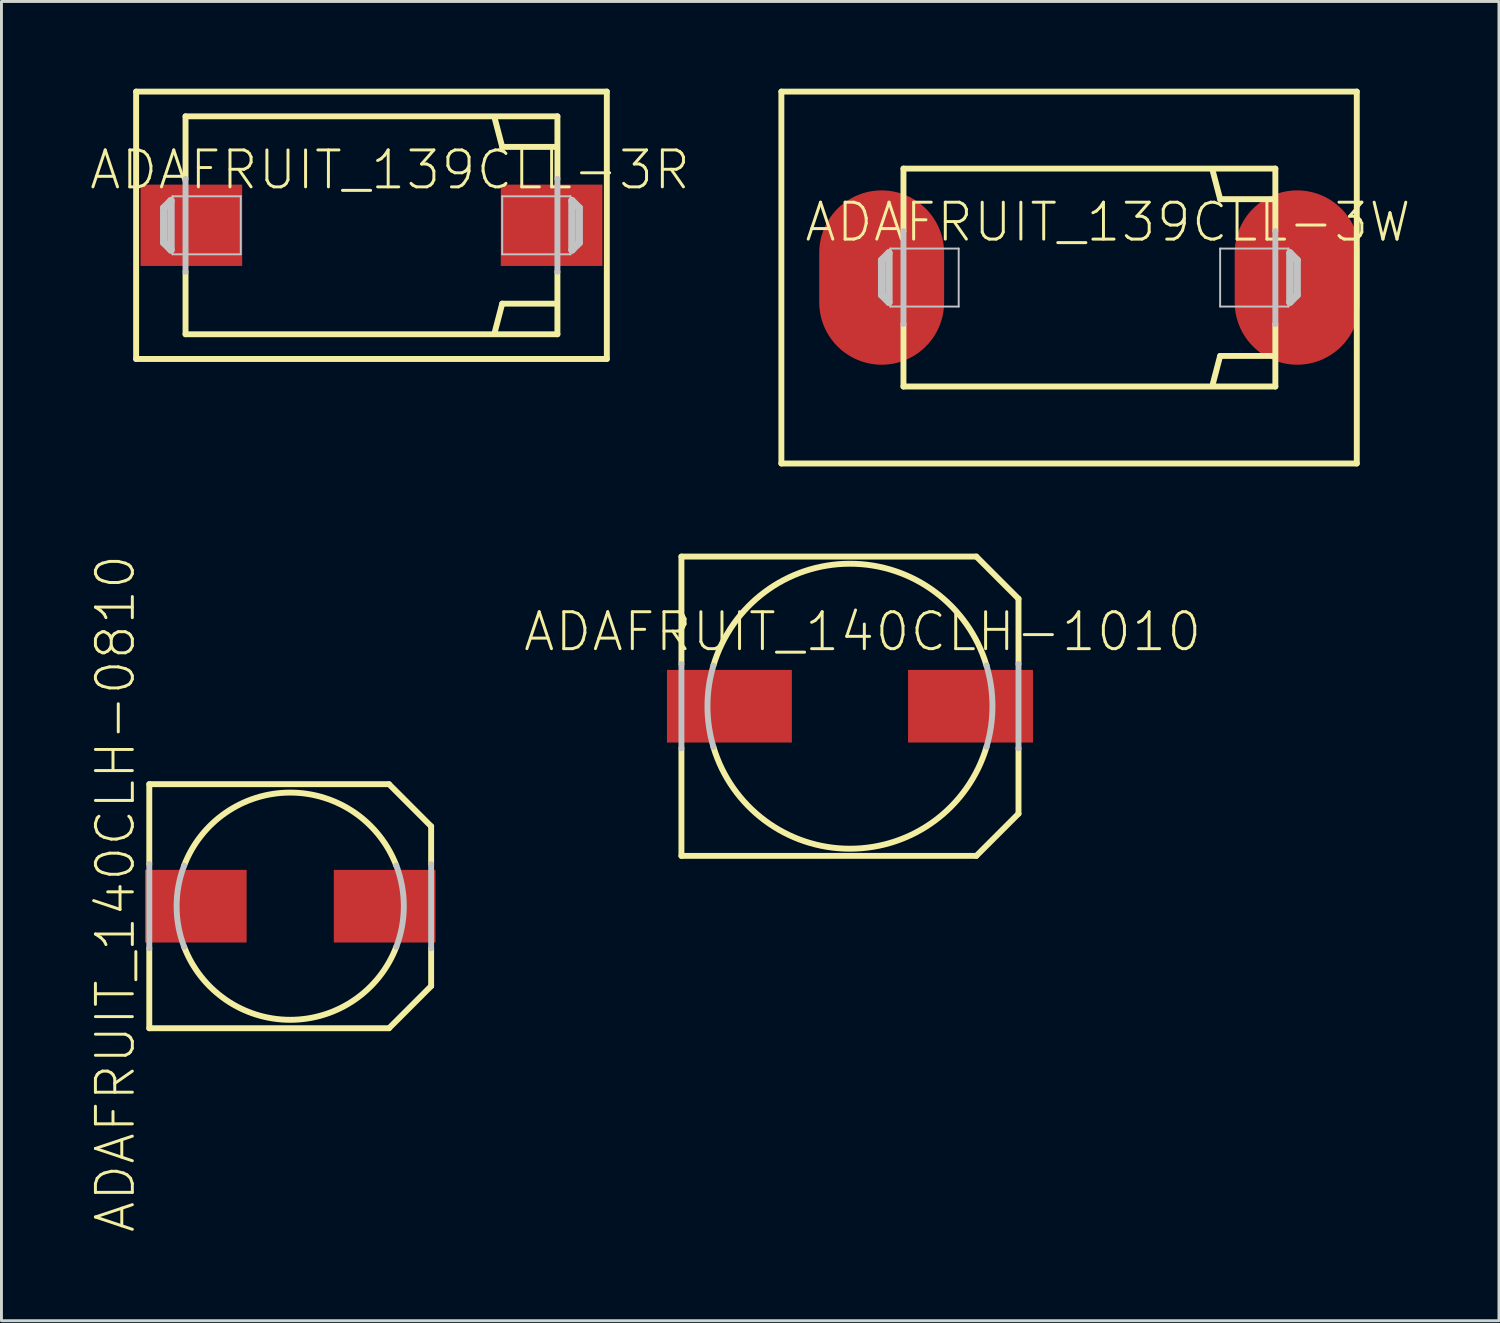
<source format=kicad_pcb>
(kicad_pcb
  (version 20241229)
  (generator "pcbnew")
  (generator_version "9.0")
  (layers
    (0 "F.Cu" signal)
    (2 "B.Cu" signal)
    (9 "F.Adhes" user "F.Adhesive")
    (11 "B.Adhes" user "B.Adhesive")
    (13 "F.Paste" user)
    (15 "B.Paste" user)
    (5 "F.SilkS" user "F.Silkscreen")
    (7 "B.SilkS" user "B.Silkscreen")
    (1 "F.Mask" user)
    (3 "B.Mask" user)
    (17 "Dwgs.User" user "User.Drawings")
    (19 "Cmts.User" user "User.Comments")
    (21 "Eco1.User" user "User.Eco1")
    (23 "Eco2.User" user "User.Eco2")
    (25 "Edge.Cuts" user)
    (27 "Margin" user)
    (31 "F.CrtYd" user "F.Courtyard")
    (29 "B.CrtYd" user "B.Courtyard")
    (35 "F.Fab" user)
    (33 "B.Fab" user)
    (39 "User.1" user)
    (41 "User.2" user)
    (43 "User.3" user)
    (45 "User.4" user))
  (footprint "ADAFRUIT_139CLL-3W"
    (layer "F.Cu")
    (at 34.435 6.5)
    (property "Reference" "ADAFRUIT_139CLL-3W" (at 0.635 -1.905 0) (layer "F.SilkS") (effects (font (size 1.27 1.27) (thickness 0.102))))
    (attr smd)
    (fp_line (start -10.599 -6.398) (end -10.599 6.398) (stroke (width 0.203) (type solid)) (layer "F.SilkS"))
    (fp_line (start -10.599 6.398) (end 9.2 6.398) (stroke (width 0.203) (type solid)) (layer "F.SilkS"))
    (fp_line (start -6.398 -3.749) (end 6.398 -3.749) (stroke (width 0.203) (type solid)) (layer "F.SilkS"))
    (fp_line (start -6.398 -1.598) (end -6.398 -3.749) (stroke (width 0.203) (type solid)) (layer "F.SilkS"))
    (fp_line (start -6.398 3.749) (end -6.398 1.598) (stroke (width 0.203) (type solid)) (layer "F.SilkS"))
    (fp_line (start 4.498 -2.697) (end 4.249 -3.65) (stroke (width 0.203) (type solid)) (layer "F.SilkS"))
    (fp_line (start 4.498 2.697) (end 4.249 3.65) (stroke (width 0.203) (type solid)) (layer "F.SilkS"))
    (fp_line (start 6.35 -2.697) (end 4.498 -2.697) (stroke (width 0.203) (type solid)) (layer "F.SilkS"))
    (fp_line (start 6.35 2.697) (end 4.498 2.697) (stroke (width 0.203) (type solid)) (layer "F.SilkS"))
    (fp_line (start 6.398 -3.749) (end 6.398 -1.598) (stroke (width 0.203) (type solid)) (layer "F.SilkS"))
    (fp_line (start 6.398 1.598) (end 6.398 3.749) (stroke (width 0.203) (type solid)) (layer "F.SilkS"))
    (fp_line (start 6.398 3.749) (end -6.398 3.749) (stroke (width 0.203) (type solid)) (layer "F.SilkS"))
    (fp_line (start 9.2 -6.398) (end -10.599 -6.398) (stroke (width 0.203) (type solid)) (layer "F.SilkS"))
    (fp_line (start 9.2 6.398) (end 9.2 -6.398) (stroke (width 0.203) (type solid)) (layer "F.SilkS"))
    (fp_line (start -7.148 -0.599) (end -6.899 -0.848) (stroke (width 0.254) (type solid)) (layer "Dwgs.User"))
    (fp_line (start -7.148 0.599) (end -7.148 -0.599) (stroke (width 0.254) (type solid)) (layer "Dwgs.User"))
    (fp_line (start -6.899 -0.848) (end -6.899 0.848) (stroke (width 0.254) (type solid)) (layer "Dwgs.User"))
    (fp_line (start -6.899 0.848) (end -7.148 0.599) (stroke (width 0.254) (type solid)) (layer "Dwgs.User"))
    (fp_line (start -6.848 -0.998) (end -4.498 -0.998) (stroke (width 0.066) (type solid)) (layer "Dwgs.User"))
    (fp_line (start -6.848 0.998) (end -6.848 -0.998) (stroke (width 0.066) (type solid)) (layer "Dwgs.User"))
    (fp_line (start -6.848 0.998) (end -4.498 0.998) (stroke (width 0.066) (type solid)) (layer "Dwgs.User"))
    (fp_line (start -6.398 1.598) (end -6.398 -1.598) (stroke (width 0.203) (type solid)) (layer "Dwgs.User"))
    (fp_line (start -4.498 0.998) (end -4.498 -0.998) (stroke (width 0.066) (type solid)) (layer "Dwgs.User"))
    (fp_line (start 4.498 -0.998) (end 6.848 -0.998) (stroke (width 0.066) (type solid)) (layer "Dwgs.User"))
    (fp_line (start 4.498 0.998) (end 4.498 -0.998) (stroke (width 0.066) (type solid)) (layer "Dwgs.User"))
    (fp_line (start 4.498 0.998) (end 6.848 0.998) (stroke (width 0.066) (type solid)) (layer "Dwgs.User"))
    (fp_line (start 6.398 -1.598) (end 6.398 1.598) (stroke (width 0.203) (type solid)) (layer "Dwgs.User"))
    (fp_line (start 6.848 0.998) (end 6.848 -0.998) (stroke (width 0.066) (type solid)) (layer "Dwgs.User"))
    (fp_line (start 6.899 -0.848) (end 7.148 -0.599) (stroke (width 0.254) (type solid)) (layer "Dwgs.User"))
    (fp_line (start 6.899 0.848) (end 6.899 -0.848) (stroke (width 0.254) (type solid)) (layer "Dwgs.User"))
    (fp_line (start 7.148 -0.599) (end 7.148 0.599) (stroke (width 0.254) (type solid)) (layer "Dwgs.User"))
    (fp_line (start 7.148 0.599) (end 6.899 0.848) (stroke (width 0.254) (type solid)) (layer "Dwgs.User"))
    (pad "+" smd oval (at 7.148 0) (size 4.298 5.999) (layers "F.Cu" "F.Mask" "F.Paste"))
    (pad "-" smd oval (at -7.148 0) (size 4.298 5.999) (layers "F.Cu" "F.Mask" "F.Paste")))
  (footprint "ADAFRUIT_139CLL-3R"
    (layer "F.Cu")
    (at 9.732 4.702)
    (property "Reference" "ADAFRUIT_139CLL-3R" (at 0.635 -1.905 0) (layer "F.SilkS") (effects (font (size 1.27 1.27) (thickness 0.102))))
    (attr smd)
    (fp_line (start -8.098 -4.6) (end -8.098 4.6) (stroke (width 0.203) (type solid)) (layer "F.SilkS"))
    (fp_line (start -8.098 4.6) (end 8.098 4.6) (stroke (width 0.203) (type solid)) (layer "F.SilkS"))
    (fp_line (start -6.398 -3.749) (end 6.398 -3.749) (stroke (width 0.203) (type solid)) (layer "F.SilkS"))
    (fp_line (start -6.398 -1.598) (end -6.398 -3.749) (stroke (width 0.203) (type solid)) (layer "F.SilkS"))
    (fp_line (start -6.398 3.749) (end -6.398 1.598) (stroke (width 0.203) (type solid)) (layer "F.SilkS"))
    (fp_line (start 4.498 -2.697) (end 4.249 -3.65) (stroke (width 0.203) (type solid)) (layer "F.SilkS"))
    (fp_line (start 4.498 2.697) (end 4.249 3.65) (stroke (width 0.203) (type solid)) (layer "F.SilkS"))
    (fp_line (start 6.35 -2.697) (end 4.498 -2.697) (stroke (width 0.203) (type solid)) (layer "F.SilkS"))
    (fp_line (start 6.35 2.697) (end 4.498 2.697) (stroke (width 0.203) (type solid)) (layer "F.SilkS"))
    (fp_line (start 6.398 -3.749) (end 6.398 -1.598) (stroke (width 0.203) (type solid)) (layer "F.SilkS"))
    (fp_line (start 6.398 1.598) (end 6.398 3.749) (stroke (width 0.203) (type solid)) (layer "F.SilkS"))
    (fp_line (start 6.398 3.749) (end -6.398 3.749) (stroke (width 0.203) (type solid)) (layer "F.SilkS"))
    (fp_line (start 8.098 -4.6) (end -8.098 -4.6) (stroke (width 0.203) (type solid)) (layer "F.SilkS"))
    (fp_line (start 8.098 4.6) (end 8.098 -4.6) (stroke (width 0.203) (type solid)) (layer "F.SilkS"))
    (fp_line (start -7.148 -0.599) (end -6.899 -0.848) (stroke (width 0.254) (type solid)) (layer "Dwgs.User"))
    (fp_line (start -7.148 0.599) (end -7.148 -0.599) (stroke (width 0.254) (type solid)) (layer "Dwgs.User"))
    (fp_line (start -6.899 -0.848) (end -6.899 0.848) (stroke (width 0.254) (type solid)) (layer "Dwgs.User"))
    (fp_line (start -6.899 0.848) (end -7.148 0.599) (stroke (width 0.254) (type solid)) (layer "Dwgs.User"))
    (fp_line (start -6.848 -0.998) (end -4.498 -0.998) (stroke (width 0.066) (type solid)) (layer "Dwgs.User"))
    (fp_line (start -6.848 0.998) (end -6.848 -0.998) (stroke (width 0.066) (type solid)) (layer "Dwgs.User"))
    (fp_line (start -6.848 0.998) (end -4.498 0.998) (stroke (width 0.066) (type solid)) (layer "Dwgs.User"))
    (fp_line (start -6.398 1.598) (end -6.398 -1.598) (stroke (width 0.203) (type solid)) (layer "Dwgs.User"))
    (fp_line (start -4.498 0.998) (end -4.498 -0.998) (stroke (width 0.066) (type solid)) (layer "Dwgs.User"))
    (fp_line (start 4.498 -0.998) (end 6.848 -0.998) (stroke (width 0.066) (type solid)) (layer "Dwgs.User"))
    (fp_line (start 4.498 0.998) (end 4.498 -0.998) (stroke (width 0.066) (type solid)) (layer "Dwgs.User"))
    (fp_line (start 4.498 0.998) (end 6.848 0.998) (stroke (width 0.066) (type solid)) (layer "Dwgs.User"))
    (fp_line (start 6.398 -1.598) (end 6.398 1.598) (stroke (width 0.203) (type solid)) (layer "Dwgs.User"))
    (fp_line (start 6.848 0.998) (end 6.848 -0.998) (stroke (width 0.066) (type solid)) (layer "Dwgs.User"))
    (fp_line (start 6.899 -0.848) (end 7.148 -0.599) (stroke (width 0.254) (type solid)) (layer "Dwgs.User"))
    (fp_line (start 6.899 0.848) (end 6.899 -0.848) (stroke (width 0.254) (type solid)) (layer "Dwgs.User"))
    (fp_line (start 7.148 -0.599) (end 7.148 0.599) (stroke (width 0.254) (type solid)) (layer "Dwgs.User"))
    (fp_line (start 7.148 0.599) (end 6.899 0.848) (stroke (width 0.254) (type solid)) (layer "Dwgs.User"))
    (pad "+" smd rect (at 6.198 0) (size 3.498 2.799) (layers "F.Cu" "F.Mask" "F.Paste"))
    (pad "-" smd rect (at -6.198 0) (size 3.498 2.799) (layers "F.Cu" "F.Mask" "F.Paste")))
  (footprint "ADAFRUIT_140CLH-1010"
    (layer "F.Cu")
    (at 26.196 21.25)
    (property "Reference" "ADAFRUIT_140CLH-1010" (at 0.434 -2.563 0) (layer "F.SilkS") (effects (font (size 1.27 1.27) (thickness 0.102))))
    (attr smd)
    (fp_line (start -5.799 -5.149) (end 4.348 -5.149) (stroke (width 0.203) (type solid)) (layer "F.SilkS"))
    (fp_line (start -5.799 -1.448) (end -5.799 -5.149) (stroke (width 0.203) (type solid)) (layer "F.SilkS"))
    (fp_line (start -5.799 5.149) (end -5.799 1.448) (stroke (width 0.203) (type solid)) (layer "F.SilkS"))
    (fp_line (start 4.348 5.149) (end -5.799 5.149) (stroke (width 0.203) (type solid)) (layer "F.SilkS"))
    (fp_line (start 5.799 -3.698) (end 4.348 -5.149) (stroke (width 0.203) (type solid)) (layer "F.SilkS"))
    (fp_line (start 5.799 -3.698) (end 5.799 -1.448) (stroke (width 0.203) (type solid)) (layer "F.SilkS"))
    (fp_line (start 5.799 1.448) (end 5.799 3.698) (stroke (width 0.203) (type solid)) (layer "F.SilkS"))
    (fp_line (start 5.799 3.698) (end 4.348 5.149) (stroke (width 0.203) (type solid)) (layer "F.SilkS"))
    (fp_arc (start -4.699 -1.39954) (mid -0.001239 -4.90299) (end 4.698292 -1.401914) (stroke (width 0.2032) (type solid)) (layer "F.SilkS"))
    (fp_arc (start 4.699 1.39954) (mid 0.001239 4.90299) (end -4.698292 1.401914) (stroke (width 0.2032) (type solid)) (layer "F.SilkS"))
    (fp_line (start -5.799 1.448) (end -5.799 -1.448) (stroke (width 0.203) (type solid)) (layer "Dwgs.User"))
    (fp_line (start 5.799 -1.448) (end 5.799 1.448) (stroke (width 0.203) (type solid)) (layer "Dwgs.User"))
    (fp_arc (start -4.699 1.39954) (mid -4.902989 0.00304) (end -4.700732 -1.393712) (stroke (width 0.2032) (type solid)) (layer "Dwgs.User"))
    (fp_arc (start 4.699 -1.39954) (mid 4.902989 -0.00304) (end 4.700732 1.393712) (stroke (width 0.2032) (type solid)) (layer "Dwgs.User"))
    (pad "+" smd rect (at 4.148 0) (size 4.298 2.499) (layers "F.Cu" "F.Mask" "F.Paste"))
    (pad "-" smd rect (at -4.148 0) (size 4.298 2.499) (layers "F.Cu" "F.Mask" "F.Paste")))
  (footprint "ADAFRUIT_140CLH-0810"
    (layer "F.Cu")
    (at 6.936 28.131)
    (property "Reference" "ADAFRUIT_140CLH-0810" (at -6.015 -0.434 90) (layer "F.SilkS") (effects (font (size 1.27 1.27) (thickness 0.102))))
    (attr smd)
    (fp_line (start -4.849 -4.199) (end 3.399 -4.199) (stroke (width 0.203) (type solid)) (layer "F.SilkS"))
    (fp_line (start -4.849 -1.448) (end -4.849 -4.199) (stroke (width 0.203) (type solid)) (layer "F.SilkS"))
    (fp_line (start -4.849 4.199) (end -4.849 1.448) (stroke (width 0.203) (type solid)) (layer "F.SilkS"))
    (fp_line (start 3.399 4.199) (end -4.849 4.199) (stroke (width 0.203) (type solid)) (layer "F.SilkS"))
    (fp_line (start 4.849 -2.748) (end 3.399 -4.199) (stroke (width 0.203) (type solid)) (layer "F.SilkS"))
    (fp_line (start 4.849 -2.748) (end 4.849 -1.448) (stroke (width 0.203) (type solid)) (layer "F.SilkS"))
    (fp_line (start 4.849 1.448) (end 4.849 2.748) (stroke (width 0.203) (type solid)) (layer "F.SilkS"))
    (fp_line (start 4.849 2.748) (end 3.399 4.199) (stroke (width 0.203) (type solid)) (layer "F.SilkS"))
    (fp_arc (start -3.64998 -1.39954) (mid -0.001452 -3.9091) (end 3.648939 -1.402252) (stroke (width 0.2032) (type solid)) (layer "F.SilkS"))
    (fp_arc (start 3.64998 1.39954) (mid 0.001452 3.9091) (end -3.648939 1.402252) (stroke (width 0.2032) (type solid)) (layer "F.SilkS"))
    (fp_line (start -4.849 1.448) (end -4.849 -1.448) (stroke (width 0.203) (type solid)) (layer "Dwgs.User"))
    (fp_line (start 4.849 -1.448) (end 4.849 1.448) (stroke (width 0.203) (type solid)) (layer "Dwgs.User"))
    (fp_arc (start -3.64998 1.39954) (mid -3.9091 0.001959) (end -3.651381 -1.395882) (stroke (width 0.2032) (type solid)) (layer "Dwgs.User"))
    (fp_arc (start 3.64998 -1.39954) (mid 3.9091 -0.001959) (end 3.651381 1.395882) (stroke (width 0.2032) (type solid)) (layer "Dwgs.User"))
    (pad "+" smd rect (at 3.249 0) (size 3.498 2.499) (layers "F.Cu" "F.Mask" "F.Paste"))
    (pad "-" smd rect (at -3.249 0) (size 3.498 2.499) (layers "F.Cu" "F.Mask" "F.Paste")))
  (gr_rect
    (start -3 -3)
    (end 48.527 42.394)
    (stroke (width 0.1) (type default))
    (fill no)
    (layer "Edge.Cuts")))
</source>
